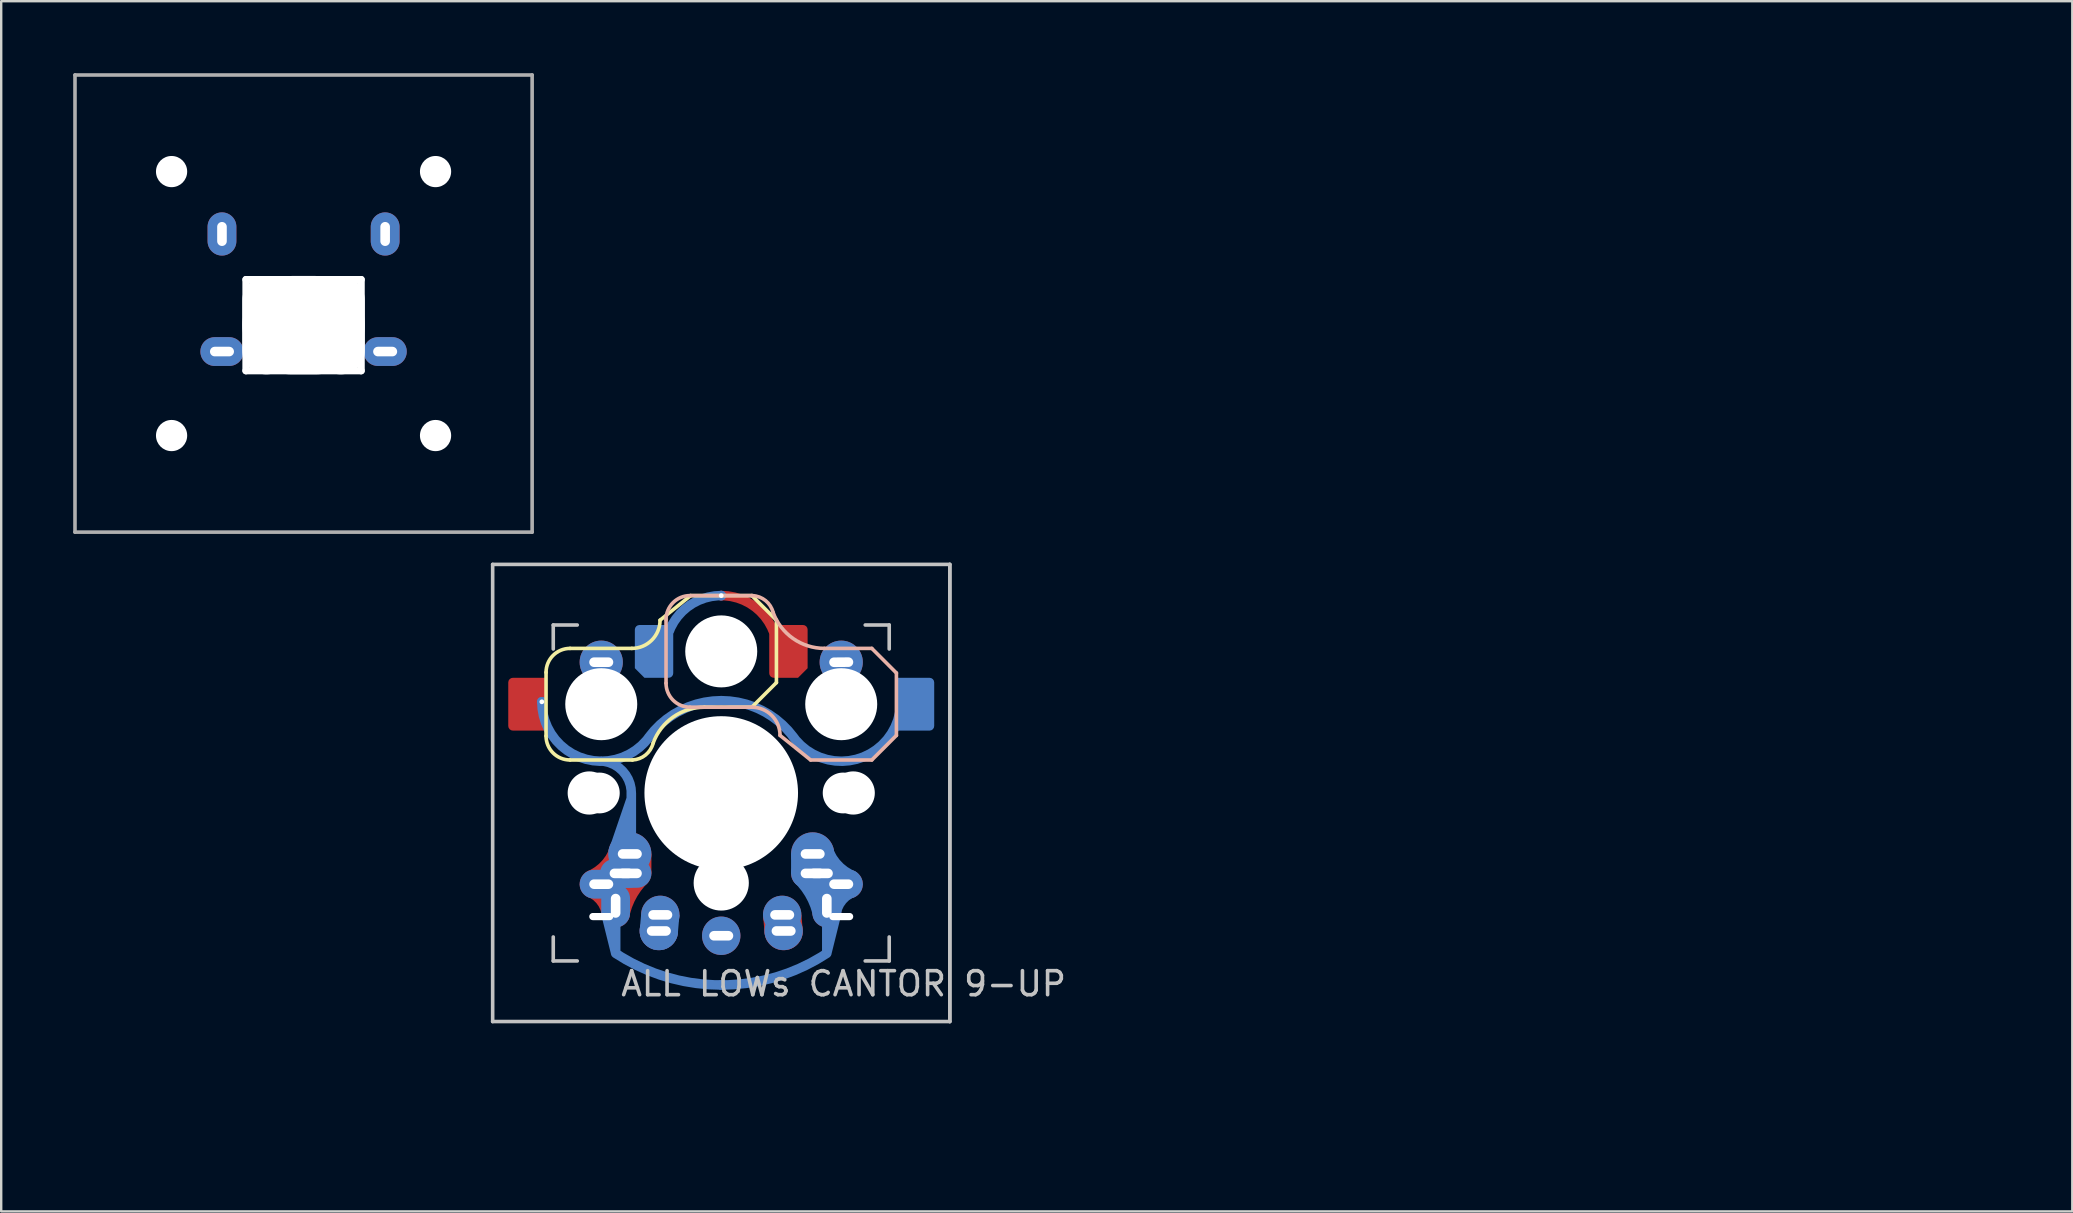
<source format=kicad_pcb>
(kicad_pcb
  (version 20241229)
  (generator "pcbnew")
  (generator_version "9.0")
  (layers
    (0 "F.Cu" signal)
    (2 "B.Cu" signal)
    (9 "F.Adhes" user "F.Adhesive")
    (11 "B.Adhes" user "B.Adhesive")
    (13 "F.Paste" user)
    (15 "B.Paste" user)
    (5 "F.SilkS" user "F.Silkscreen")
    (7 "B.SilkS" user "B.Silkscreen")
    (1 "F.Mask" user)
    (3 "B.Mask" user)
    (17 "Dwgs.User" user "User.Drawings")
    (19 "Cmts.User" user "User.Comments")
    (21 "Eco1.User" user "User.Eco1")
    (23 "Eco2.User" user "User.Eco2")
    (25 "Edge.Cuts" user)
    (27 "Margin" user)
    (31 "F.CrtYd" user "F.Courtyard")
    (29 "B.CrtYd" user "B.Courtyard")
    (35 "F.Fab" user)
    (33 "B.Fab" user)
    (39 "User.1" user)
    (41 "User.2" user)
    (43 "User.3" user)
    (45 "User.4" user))
  (footprint "ALL LOWs CANTOR 9-UP"
    (layer "F.Cu")
    (at 27.005 29.995)
    (property "Reference" "ALL LOWs CANTOR 9-UP" (at 5.1 7.95 180) (layer "Dwgs.User") (effects (font (size 1 1) (thickness 0.15))))
    (attr through_hole)
    (fp_line (start -7.3 -5.025) (end -7.3 -2.375) (stroke (width 0.15) (type solid)) (layer "F.SilkS"))
    (fp_line (start -6.3 -6.025) (end -3.725 -6.025) (stroke (width 0.15) (type solid)) (layer "F.SilkS"))
    (fp_line (start -6.3 -1.375) (end -3.7 -1.375) (stroke (width 0.15) (type solid)) (layer "F.SilkS"))
    (fp_line (start -1.275 -8.225) (end -2.55 -7.2) (stroke (width 0.15) (type solid)) (layer "F.SilkS"))
    (fp_line (start -1.275 -8.225) (end 1.275 -8.225) (stroke (width 0.15) (type solid)) (layer "F.SilkS"))
    (fp_line (start -0.7 -3.575) (end 1.275 -3.575) (stroke (width 0.15) (type solid)) (layer "F.SilkS"))
    (fp_line (start 2.3 -7.2) (end 1.275 -8.225) (stroke (width 0.15) (type solid)) (layer "F.SilkS"))
    (fp_line (start 2.3 -7.2) (end 2.3 -4.6) (stroke (width 0.15) (type solid)) (layer "F.SilkS"))
    (fp_line (start 2.3 -4.6) (end 1.275 -3.575) (stroke (width 0.15) (type solid)) (layer "F.SilkS"))
    (fp_arc (start -7.3 -5.025) (mid -7.007107 -5.732107) (end -6.3 -6.025) (stroke (width 0.15) (type solid)) (layer "F.SilkS"))
    (fp_arc (start -6.3 -1.375) (mid -7.007107 -1.667893) (end -7.3 -2.375) (stroke (width 0.15) (type solid)) (layer "F.SilkS"))
    (fp_arc (start -2.837801 -2.078096) (mid -3.151717 -1.583981) (end -3.699005 -1.376209) (stroke (width 0.15) (type solid)) (layer "F.SilkS"))
    (fp_arc (start -2.837801 -2.078096) (mid -2.004887 -3.163571) (end -0.7 -3.575) (stroke (width 0.15) (type solid)) (layer "F.SilkS"))
    (fp_arc (start -2.55 -7.2) (mid -2.89415 -6.36915) (end -3.725 -6.025) (stroke (width 0.15) (type solid)) (layer "F.SilkS"))
    (fp_line (start -2.3 -4.575) (end -2.3 -7.225) (stroke (width 0.15) (type solid)) (layer "B.SilkS"))
    (fp_line (start -1.3 -8.225) (end 1.3 -8.225) (stroke (width 0.15) (type solid)) (layer "B.SilkS"))
    (fp_line (start -1.3 -3.575) (end 1.275 -3.575) (stroke (width 0.15) (type solid)) (layer "B.SilkS"))
    (fp_line (start 3.725 -1.375) (end 2.45 -2.4) (stroke (width 0.15) (type solid)) (layer "B.SilkS"))
    (fp_line (start 3.725 -1.375) (end 6.275 -1.375) (stroke (width 0.15) (type solid)) (layer "B.SilkS"))
    (fp_line (start 4.3 -6.025) (end 6.275 -6.025) (stroke (width 0.15) (type solid)) (layer "B.SilkS"))
    (fp_line (start 7.3 -5) (end 6.275 -6.025) (stroke (width 0.15) (type solid)) (layer "B.SilkS"))
    (fp_line (start 7.3 -2.4) (end 6.275 -1.375) (stroke (width 0.15) (type solid)) (layer "B.SilkS"))
    (fp_line (start 7.3 -2.4) (end 7.3 -5) (stroke (width 0.15) (type solid)) (layer "B.SilkS"))
    (fp_arc (start -2.3 -7.225) (mid -2.007107 -7.932107) (end -1.3 -8.225) (stroke (width 0.15) (type solid)) (layer "B.SilkS"))
    (fp_arc (start -1.3 -3.575) (mid -2.007107 -3.867893) (end -2.3 -4.575) (stroke (width 0.15) (type solid)) (layer "B.SilkS"))
    (fp_arc (start 1.275 -3.575) (mid 2.10585 -3.23085) (end 2.45 -2.4) (stroke (width 0.15) (type solid)) (layer "B.SilkS"))
    (fp_arc (start 1.300995 -8.223791) (mid 1.848286 -8.016021) (end 2.162199 -7.521904) (stroke (width 0.15) (type solid)) (layer "B.SilkS"))
    (fp_arc (start 4.3 -6.025) (mid 2.995114 -6.436429) (end 2.162199 -7.521904) (stroke (width 0.15) (type solid)) (layer "B.SilkS"))
    (fp_line (start -9.525 -9.525) (end 9.525 -9.525) (stroke (width 0.15) (type solid)) (layer "Dwgs.User"))
    (fp_line (start -9.525 9.525) (end -9.525 -9.525) (stroke (width 0.15) (type solid)) (layer "Dwgs.User"))
    (fp_line (start -7 -7) (end -6 -7) (stroke (width 0.15) (type solid)) (layer "Dwgs.User"))
    (fp_line (start -7 -6) (end -7 -7) (stroke (width 0.15) (type solid)) (layer "Dwgs.User"))
    (fp_line (start -7 7) (end -7 6) (stroke (width 0.15) (type solid)) (layer "Dwgs.User"))
    (fp_line (start -6 7) (end -7 7) (stroke (width 0.15) (type solid)) (layer "Dwgs.User"))
    (fp_line (start 6 7) (end 7 7) (stroke (width 0.15) (type solid)) (layer "Dwgs.User"))
    (fp_line (start 7 -7) (end 6 -7) (stroke (width 0.15) (type solid)) (layer "Dwgs.User"))
    (fp_line (start 7 -6) (end 7 -7) (stroke (width 0.15) (type solid)) (layer "Dwgs.User"))
    (fp_line (start 7 7) (end 7 6) (stroke (width 0.15) (type solid)) (layer "Dwgs.User"))
    (fp_line (start 9.525 -9.525) (end 9.525 9.525) (stroke (width 0.15) (type solid)) (layer "Dwgs.User"))
    (fp_line (start 9.525 -9.525) (end 9.525 9.525) (stroke (width 0.15) (type solid)) (layer "Dwgs.User"))
    (fp_line (start 9.525 9.525) (end -9.525 9.525) (stroke (width 0.15) (type solid)) (layer "Dwgs.User"))
    (fp_line (start -26.93 -29.92) (end -7.88 -29.92) (stroke (width 0.15) (type solid)) (layer "F.Fab"))
    (fp_line (start -26.93 -10.87) (end -26.93 -29.92) (stroke (width 0.15) (type solid)) (layer "F.Fab"))
    (fp_line (start -7.88 -29.92) (end -7.88 -10.87) (stroke (width 0.15) (type solid)) (layer "F.Fab"))
    (fp_line (start -7.88 -10.87) (end -26.93 -10.87) (stroke (width 0.15) (type solid)) (layer "F.Fab"))
    (fp_line (start -2.61 5.73) (end 2.54 11.43) (stroke (width 0.12) (type default)) (layer "User.1"))
    (fp_line (start 2.54 11.43) (end 4.4 4.73) (stroke (width 0.12) (type default)) (layer "User.1"))
    (fp_rect (start -19.905 -21.495) (end -14.905 -17.495) (stroke (width 0.12) (type default)) (fill no) (layer "User.1"))
    (fp_line (start -0.03 5.93) (end 11.43 0) (stroke (width 0.12) (type default)) (layer "User.2"))
    (fp_line (start 5.35 -11.66) (end 4.96 -5.13) (stroke (width 0.12) (type default)) (layer "User.2"))
    (fp_line (start 11.43 0) (end 5.15 3.9) (stroke (width 0.12) (type default)) (layer "User.2"))
    (fp_line (start 4.52 3.21) (end 11.11 -2.72) (stroke (width 0.12) (type default)) (layer "User.4"))
    (fp_line (start 11.11 -2.72) (end -0.13 5.88) (stroke (width 0.12) (type default)) (layer "User.4"))
    (fp_line (start 11.55 8.13) (end 0 5.93) (stroke (width 0.12) (type default)) (layer "User.6"))
    (fp_line (start 11.55 8.13) (end 3.48 3.24) (stroke (width 0.12) (type default)) (layer "User.6"))
    (fp_line (start 3.85 2.49) (end 10.8 3.76) (stroke (width 0.12) (type default)) (layer "User.9"))
    (fp_line (start 10.855 3.785) (end -2.51 5.05) (stroke (width 0.12) (type default)) (layer "User.9"))
    (fp_text user "GateronLowProfile (KS-27)" (at -5.08 12.7 0) (unlocked yes) (layer "User.1") (effects (font (size 1 1) (thickness 0.15)) (justify left bottom)))
    (fp_text user "4.4X, 4.7Y (90rot)  | -2.6X, 5.75Y" (at -5.23 14.19 0) (unlocked yes) (layer "User.1") (effects (font (size 1 1) (thickness 0.15)) (justify left bottom)))
    (fp_text user "Kailh Choc V2 Only" (at 4.92 -13.21 0) (unlocked yes) (layer "User.2") (effects (font (size 1 1) (thickness 0.15)) (justify left bottom)))
    (fp_text user "Kailh Choc V1 (PG1350) & V2  (PG1353)" (at 11.46 0.43 0) (unlocked yes) (layer "User.2") (effects (font (size 1 1) (thickness 0.15)) (justify left bottom)))
    (fp_text user "Y3.8 X5 - Y5.9 X0" (at 11.56 1.96 0) (unlocked yes) (layer "User.2") (effects (font (size 1 1) (thickness 0.15)) (justify left bottom)))
    (fp_text user "5X, -5.15Y (INCREASED TO 5.45 TO AVOID HS-SOCKETS)" (at 5.12 -11.83 0) (unlocked yes) (layer "User.2") (effects (font (size 1 1) (thickness 0.15)) (justify left bottom)))
    (fp_text user "Cherry MX Low profile" (at 11.24 -5.46 0) (unlocked yes) (layer "User.4") (effects (font (size 1 1) (thickness 0.15)) (justify left bottom)))
    (fp_text user "& TTC Low Profile (KS32)" (at 11.24 -3.92 0) (unlocked yes) (layer "User.4") (effects (font (size 1 1) (thickness 0.15)) (justify left bottom)))
    (fp_text user "0X, -6Y, | 4.15X, -3.35Y" (at 11.18 -2.58 0) (unlocked yes) (layer "User.4") (effects (font (size 1 1) (thickness 0.15)) (justify left bottom)))
    (fp_text user "0X, -6Y | 3.81X, 3.35Y" (at 11.39 10.01 0) (unlocked yes) (layer "User.6") (effects (font (size 1 1) (thickness 0.15)) (justify left bottom)))
    (fp_text user "RedDragon MX Low profile (No datasheet - best gues" (at 11.48 8.6 0) (unlocked yes) (layer "User.6") (effects (font (size 1 1) (thickness 0.15)) (justify left bottom)))
    (fp_text user "MX Origional (full size)" (at 11.15 4.16 0) (unlocked yes) (layer "User.9") (effects (font (size 1 1) (thickness 0.15)) (justify left bottom)))
    (fp_text user "3.81X, 2.54Y | -2.54X, 5.08Y" (at 11.31 5.79 0) (unlocked yes) (layer "User.9") (effects (font (size 1 1) (thickness 0.15)) (justify left bottom)))
    (pad "" np_thru_hole circle (at -22.905 -25.895 180) (size 1.3 1.3) (drill 1.3) (layers "*.Cu" "*.Mask"))
    (pad "" np_thru_hole circle (at -22.905 -14.895 180) (size 1.3 1.3) (drill 1.3) (layers "*.Cu" "*.Mask"))
    (pad "" np_thru_hole oval (at -19.805 -19.495) (size 0.3 4.1) (drill oval 0.3 4.1) (layers "*.Cu" "*.Mask"))
    (pad "" np_thru_hole oval (at -18.955 -19.495) (size 2 4.1) (drill oval 2 4.1) (layers "*.Cu" "*.Mask"))
    (pad "" np_thru_hole oval (at -17.405 -21.395) (size 5.1 0.3) (drill oval 5.1 0.3) (layers "*.Cu" "*.Mask"))
    (pad "" np_thru_hole oval (at -17.405 -19.495) (size 5.1 4.1) (drill oval 5.1 4.1) (layers "*.Cu" "*.Mask"))
    (pad "" np_thru_hole oval (at -17.405 -17.595) (size 5.1 0.3) (drill oval 5.1 0.3) (layers "*.Cu" "*.Mask"))
    (pad "" np_thru_hole oval (at -15.855 -19.495) (size 2 4.1) (drill oval 2 4.1) (layers "*.Cu" "*.Mask"))
    (pad "" np_thru_hole oval (at -15.005 -19.495) (size 0.3 4.1) (drill oval 0.3 4.1) (layers "*.Cu" "*.Mask"))
    (pad "" np_thru_hole circle (at -11.905 -14.895 180) (size 1.3 1.3) (drill 1.3) (layers "*.Cu" "*.Mask"))
    (pad "" np_thru_hole circle (at -11.905 -25.895 180) (size 1.3 1.3) (drill 1.3) (layers "*.Cu" "*.Mask"))
    (pad "" np_thru_hole circle (at -5.5 0 90) (size 1.8 1.8) (drill 1.8) (layers "*.Cu" "*.Mask"))
    (pad "" np_thru_hole circle (at -5.08 0) (size 1.7 1.7) (drill 1.7) (layers "*.Cu" "*.Mask"))
    (pad "" np_thru_hole circle (at -5 -5.45) (size 1.8 1.8) (drill oval 1 0.4) (layers "*.Cu" "F.Mask"))
    (pad "" np_thru_hole circle (at -5 -3.7 90) (size 3 3) (drill 3) (layers "*.Cu" "*.Mask"))
    (pad "" np_thru_hole oval (at -5 5.15) (size 1 0.3) (drill oval 1 0.3) (layers "*.Cu"))
    (pad "" np_thru_hole circle (at 0 -5.9 270) (size 3 3) (drill 3) (layers "*.Cu" "*.Mask"))
    (pad "" np_thru_hole circle (at 0 0 270) (size 4.8 4.8) (drill 4.8) (layers "*.Cu" "*.Mask"))
    (pad "" np_thru_hole circle (at 0 0 90) (size 6.4 6.4) (drill 6.4) (layers "*.Cu" "*.Mask"))
    (pad "" np_thru_hole circle (at 0 3.75 270) (size 2.3 2.3) (drill 2.3) (layers "*.Cu" "*.Mask"))
    (pad "" np_thru_hole circle (at 5 -5.45 0.5) (size 1.8 1.8) (drill oval 1 0.4) (layers "*.Cu" "B.Mask"))
    (pad "" np_thru_hole circle (at 5 -3.7 270) (size 3 3) (drill 3) (layers "*.Cu" "*.Mask"))
    (pad "" np_thru_hole oval (at 5 5.15) (size 1 0.3) (drill oval 1 0.3) (layers "*.Cu"))
    (pad "" np_thru_hole circle (at 5.08 0) (size 1.7 1.7) (drill 1.7) (layers "*.Cu" "*.Mask"))
    (pad "" np_thru_hole circle (at 5.5 0 90) (size 1.8 1.8) (drill 1.8) (layers "*.Cu" "*.Mask"))
    (pad "1" thru_hole oval (at -20.805 -23.295 180) (size 1.2 1.8) (drill oval 0.4 1) (layers "*.Cu" "F.Mask"))
    (pad "1" thru_hole oval (at -14.005 -23.295 180) (size 1.2 1.8) (drill oval 0.4 1) (layers "*.Cu" "B.Mask"))
    (pad "1" smd roundrect (at -8.075 -3.7) (size 1.6 2.2) (layers "F.Cu" "F.Mask" "F.Paste") (roundrect_rratio 0.12) (chamfer_ratio 0) (chamfer top_right bottom_right))
    (pad "1" thru_hole circle (at -7.475 -3.8) (size 0.4 0.4) (drill 0.2) (layers "*.Cu"))
    (pad "1" smd custom (at -7.475 -3.8) (size 0.4 0.4) (layers "B.Cu") (options (anchor circle)) (primitives (gr_arc (start 4.464509 1.472236) (mid 1.69989 2.350496) (end 0 0) (width 0.4)) (gr_arc (start 2.465 2.470001) (mid 3.364573 2.886914) (end 3.726803 3.809865) (width 0.4)) (gr_line (start 3.725 4.04) (end 2.985 6.21) (width 0.4)) (gr_line (start 2.985 6.21) (end 3.635 5.22) (width 0.4)) (gr_line (start 3.727 3.81) (end 3.727 6.33) (width 0.4)) (gr_arc (start 4.46451 1.472236) (mid 5.789366 0.355658) (end 7.475 -0.045128) (width 0.4))))
    (pad "1" thru_hole oval (at -5 3.8) (size 1.8 1.2) (drill oval 1 0.4) (layers "*.Cu" "F.Mask"))
    (pad "1" thru_hole oval (at -4.4 4.7 90) (size 1.8 1.2) (drill oval 1 0.4) (layers "*.Cu" "F.Mask"))
    (pad "1" thru_hole oval (at -4.15 3.35 180) (size 1.8 1.2) (drill oval 1 0.4) (layers "*.Cu" "F.Mask"))
    (pad "1" smd custom (at -3.81 2.54) (size 1 1) (layers "F.Cu" "F.Mask") (options (anchor circle)) (primitives (gr_arc (start -0.48 -0.08) (mid -0.91576 0.607412) (end -1.582624 1.074009) (width 0.8)) (gr_arc (start -1.554274 1.43912) (mid -1.016846 1.886054) (end -0.77 2.54) (width 0.8)) (gr_arc (start -0.408314 2.525508) (mid -0.099385 1.683728) (end 0.43 0.96) (width 0.8)) (gr_poly (pts (xy 0.9 0) (xy 0.9 0.81) (xy 0.01 1.86) (xy 0.01 2.46) (xy -0.59 3.06) (xy -1.19 1.86) (xy -1.49 1.86) (xy -2.09 1.26) (xy -1.49 0.66) (xy -1.19 0.66) (xy -0.9 0) (xy -0.3 -0.6) (xy 0.3 -0.6)) (width 0) (fill yes))))
    (pad "1" thru_hole circle (at -3.81 2.54 180) (size 1.8 1.8) (drill oval 1 0.4) (layers "*.Cu" "F.Mask"))
    (pad "1" thru_hole oval (at -3.81 3.35) (size 1.8 1.2) (drill oval 1 0.4) (layers "*.Cu" "F.Mask"))
    (pad "1" smd custom (at 0 8) (size 0.4 0.4) (layers "B.Cu") (options (anchor circle)) (primitives (gr_arc (start 4.397121 -1.316788) (mid 2.295027 -0.336264) (end 0 0) (width 0.4)) (gr_line (start 4.785 -2.885) (end 4.395 -1.315) (width 0.4)) (gr_line (start 4.4 -1.32) (end 4.4 -3.3) (width 0.4))))
    (pad "1" smd custom (at 0 8) (size 0.4 0.4) (layers "B.Cu") (options (anchor circle)) (primitives (gr_arc (start 0 0) (mid -2.295027 -0.336264) (end -4.397121 -1.316788) (width 0.4)) (gr_line (start -4.395 -1.315) (end -4.785 -2.885) (width 0.4)) (gr_line (start -4.4 -3.3) (end -4.4 -1.32) (width 0.4))))
    (pad "1" smd custom (at 3.81 2.54) (size 1 1) (layers "B.Cu" "B.Mask") (options (anchor circle)) (primitives (gr_arc (start 1.582624 1.074009) (mid 0.91576 0.607411) (end 0.479999 -0.08) (width 0.8)) (gr_arc (start 0.77 2.54) (mid 1.016846 1.886054) (end 1.554275 1.439122) (width 0.8)) (gr_arc (start -0.43 0.96) (mid 0.099385 1.683728) (end 0.408314 2.525508) (width 0.8)) (gr_poly (pts (xy -0.9 0) (xy -0.9 0.81) (xy -0.01 1.86) (xy -0.01 2.46) (xy 0.59 3.06) (xy 1.19 1.86) (xy 1.49 1.86) (xy 2.09 1.26) (xy 1.49 0.66) (xy 1.19 0.66) (xy 0.9 0) (xy 0.3 -0.6) (xy -0.3 -0.6)) (width 0) (fill yes))))
    (pad "1" thru_hole circle (at 3.81 2.54 180) (size 1.8 1.8) (drill oval 1 0.4) (layers "*.Cu" "B.Mask"))
    (pad "1" thru_hole oval (at 3.81 3.35) (size 1.8 1.2) (drill oval 1 0.4) (layers "*.Cu" "B.Mask"))
    (pad "1" thru_hole oval (at 4.15 3.35 180) (size 1.8 1.2) (drill oval 1 0.4) (layers "*.Cu" "B.Mask"))
    (pad "1" thru_hole oval (at 4.4 4.7 90) (size 1.8 1.2) (drill oval 1 0.4) (layers "*.Cu" "B.Mask"))
    (pad "1" thru_hole oval (at 5 3.8) (size 1.8 1.2) (drill oval 1 0.4) (layers "*.Cu" "B.Mask"))
    (pad "1" smd custom (at 7.475 -3.8) (size 0.4 0.4) (layers "B.Cu") (options (anchor circle)) (primitives (gr_arc (start 0 0) (mid -1.69989 2.350497) (end -4.464509 1.472236) (width 0.4)) (gr_arc (start -7.475 -0.045128) (mid -5.789366 0.355658) (end -4.46451 1.472236) (width 0.4))))
    (pad "1" smd roundrect (at 8.075 -3.7) (size 1.6 2.2) (layers "B.Cu" "B.Mask" "B.Paste") (roundrect_rratio 0.12) (chamfer_ratio 0) (chamfer top_left bottom_left))
    (pad "2" thru_hole oval (at -20.805 -18.395 180) (size 1.8 1.2) (drill oval 1 0.4) (layers "*.Cu" "F.Mask"))
    (pad "2" thru_hole oval (at -14.005 -18.395 180) (size 1.8 1.2) (drill oval 1 0.4) (layers "*.Cu" "B.Mask"))
    (pad "2" smd roundrect (at -2.8 -5.9) (size 1.6 2.2) (layers "B.Cu" "B.Mask" "B.Paste") (roundrect_rratio 0.12) (chamfer_ratio 0.25) (chamfer bottom_left))
    (pad "2" thru_hole circle (at -2.6 5.75 180) (size 1.6 1.6) (drill oval 1 0.4) (layers "*.Cu" "B.Mask"))
    (pad "2" smd custom (at -2.6 5.75) (size 1.6 1.6) (layers "B.Cu" "B.Mask") (options (anchor circle)) (primitives (gr_poly (pts (xy 0.8 0) (xy 0.86 -0.67) (xy -0.74 -0.67) (xy -0.8 0)) (width 0) (fill yes))))
    (pad "2" thru_hole circle (at -2.54 5.08 180) (size 1.6 1.6) (drill oval 1 0.4) (layers "*.Cu" "B.Mask"))
    (pad "2" thru_hole circle (at -0.000002 -8.225) (size 0.4 0.4) (drill 0.2) (layers "*.Cu"))
    (pad "2" smd custom (at 0 -8.225) (size 0.4 0.4) (layers "F.Cu") (options (anchor circle)) (primitives (gr_arc (start 0 0) (mid 1.300418 0.397687) (end 2.155967 1.4547) (width 0.4))))
    (pad "2" smd custom (at 0 -8.225) (size 0.4 0.4) (layers "B.Cu") (options (anchor circle)) (primitives (gr_arc (start -2.155967 1.4547) (mid -1.300418 0.397687) (end 0 0) (width 0.4))))
    (pad "2" thru_hole circle (at 0 5.95) (size 1.6 1.6) (drill oval 1 0.4) (layers "*.Cu" "*.Mask"))
    (pad "2" thru_hole circle (at 2.54 5.08 180) (size 1.6 1.6) (drill oval 1 0.4) (layers "*.Cu" "F.Mask"))
    (pad "2" thru_hole circle (at 2.6 5.75 180) (size 1.6 1.6) (drill oval 1 0.4) (layers "*.Cu" "F.Mask"))
    (pad "2" smd custom (at 2.6 5.75) (size 1.6 1.6) (layers "F.Cu" "F.Mask") (options (anchor circle)) (primitives (gr_poly (pts (xy -0.8 0) (xy -0.86 -0.67) (xy 0.74 -0.67) (xy 0.8 0)) (width 0) (fill yes))))
    (pad "2" smd roundrect (at 2.8 -5.9) (size 1.6 2.2) (layers "F.Cu" "F.Mask" "F.Paste") (roundrect_rratio 0.12) (chamfer_ratio 0.25) (chamfer bottom_right)))
  (gr_rect
    (start -3 -3)
    (end 83.306 47.431)
    (stroke (width 0.1) (type default))
    (fill no)
    (layer "Edge.Cuts")))
</source>
